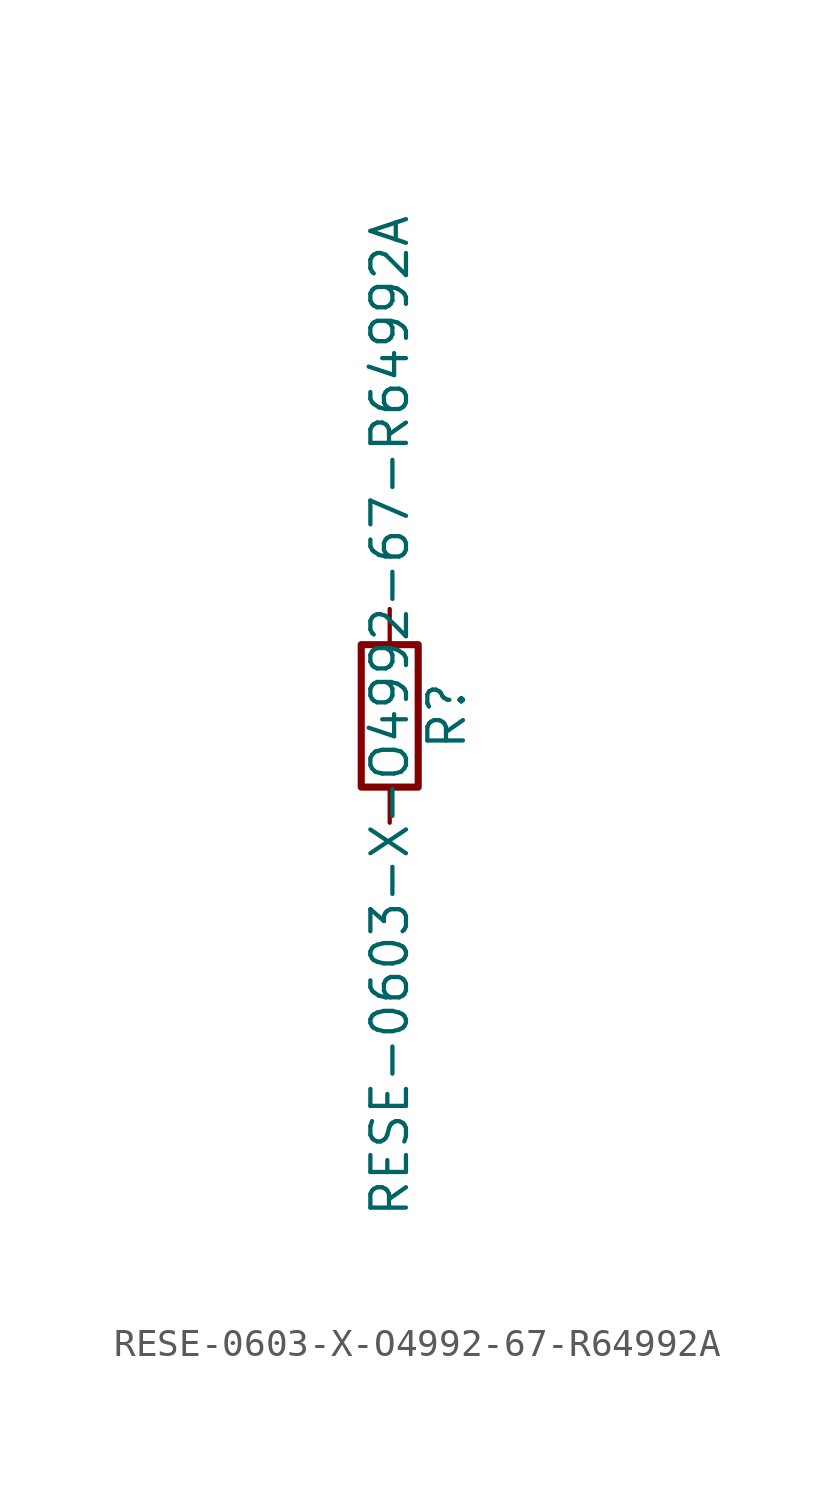
<source format=kicad_sym>
(kicad_symbol_lib
  (version 20211014)
  (generator kicad_symbol_editor)
  (symbol "RESE-0603-X-O4992-67-R64992A"
    (pin_numbers hide)
    (pin_names
      (offset 0))
    (property "Reference" "R"
      (at 2.032 0 90)
      (effects (font (size 1.27 1.27))))
    (property "Value" "RESE-0603-X-O4992-67-R64992A"
      (at 0 0 90)
      (effects (font (size 1.27 1.27))))
    (symbol "RESE-0603-X-O4992-67-R64992A_0_1"
      (rectangle (start -1.016 -2.54) (end 1.016 2.54) (stroke (width 0.254) (type default) (color 0 0 0 0)) (fill (type none))))
    (symbol "RESE-0603-X-O4992-67-R64992A_1_1"
      (pin passive line (at 0 3.81 270) (length 1.27) (name "~" (effects (font (size 1.27 1.27)))) (number "1" (effects (font (size 1.27 1.27)))))
      (pin passive line (at 0 -3.81 90) (length 1.27) (name "~" (effects (font (size 1.27 1.27)))) (number "2" (effects (font (size 1.27 1.27))))))))
</source>
